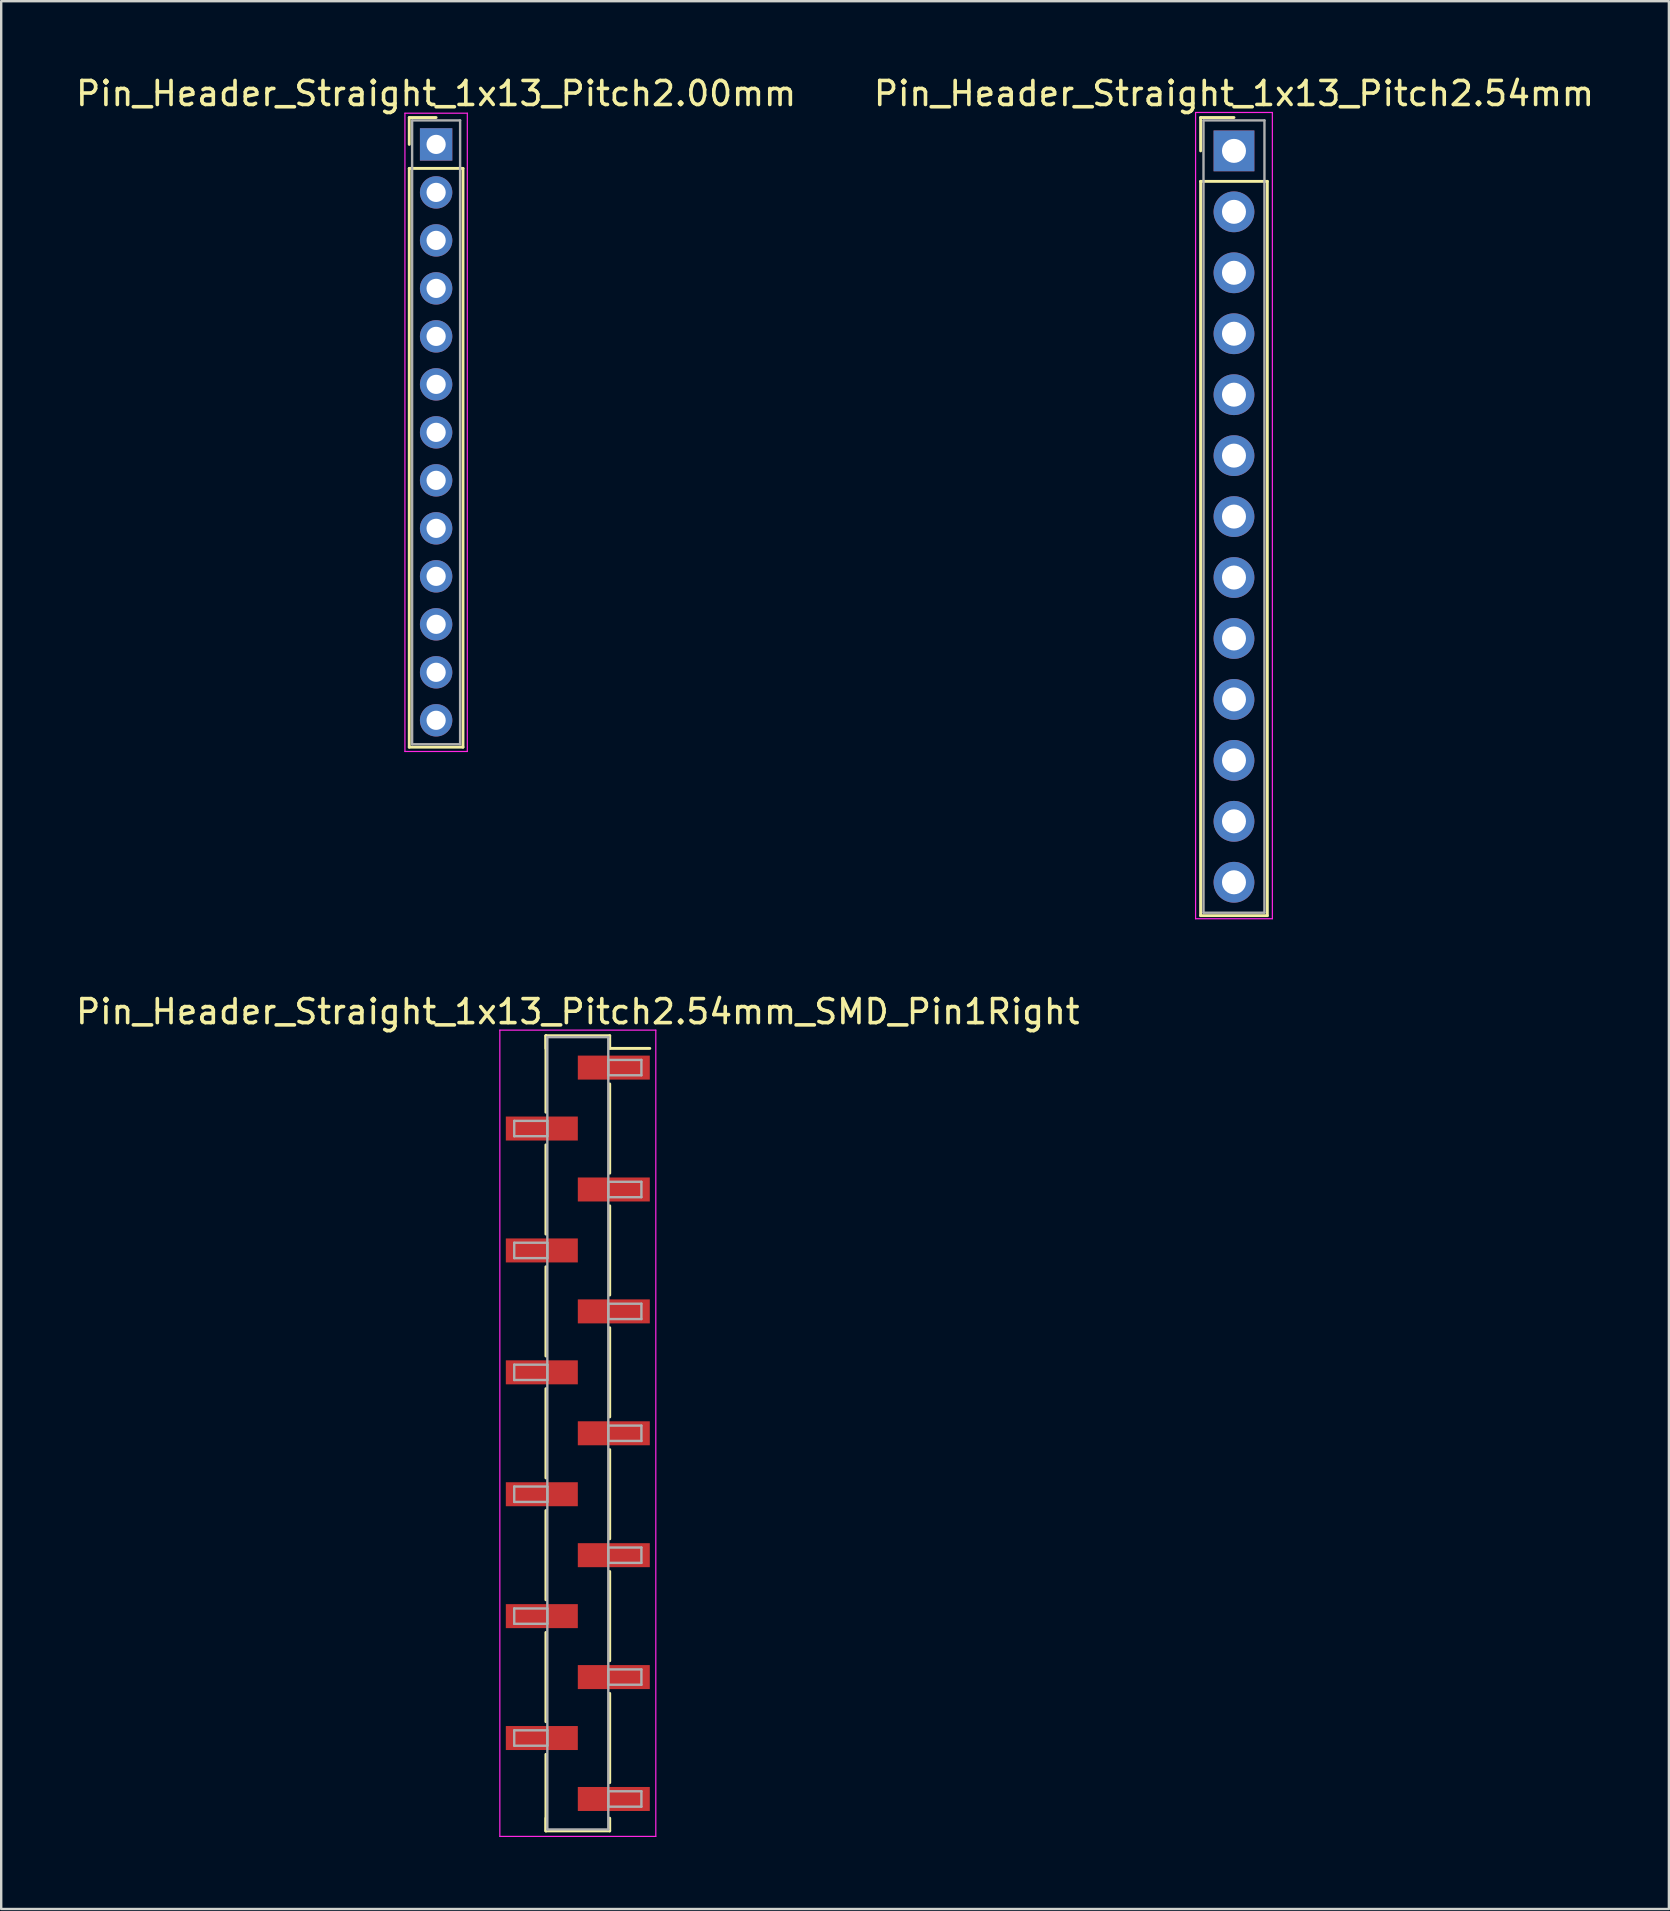
<source format=kicad_pcb>
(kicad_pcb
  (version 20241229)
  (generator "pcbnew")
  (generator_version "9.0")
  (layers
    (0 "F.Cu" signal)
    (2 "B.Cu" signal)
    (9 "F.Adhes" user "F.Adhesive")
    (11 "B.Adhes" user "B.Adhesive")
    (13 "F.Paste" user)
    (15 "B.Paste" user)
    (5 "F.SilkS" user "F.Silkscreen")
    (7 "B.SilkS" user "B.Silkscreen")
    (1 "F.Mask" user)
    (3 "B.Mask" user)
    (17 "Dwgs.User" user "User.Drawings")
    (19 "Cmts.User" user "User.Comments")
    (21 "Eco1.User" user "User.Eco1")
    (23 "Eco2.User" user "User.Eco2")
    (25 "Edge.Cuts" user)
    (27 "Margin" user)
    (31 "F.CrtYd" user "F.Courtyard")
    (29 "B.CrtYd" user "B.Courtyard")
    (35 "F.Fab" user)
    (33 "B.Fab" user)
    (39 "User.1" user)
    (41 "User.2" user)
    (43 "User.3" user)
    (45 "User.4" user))
  (footprint "Pin_Header_Straight_1x13_Pitch2.54mm"
    (layer "F.Cu")
    (at 48.375 3.238)
    (property "Reference" "Pin_Header_Straight_1x13_Pitch2.54mm" (at 0 -2.39 0) (layer "F.SilkS") (effects (font (size 1 1) (thickness 0.15))))
    (attr through_hole)
    (fp_line (start -1.39 -1.39) (end 0 -1.39) (stroke (width 0.12) (type solid)) (layer "F.SilkS"))
    (fp_line (start -1.39 0) (end -1.39 -1.39) (stroke (width 0.12) (type solid)) (layer "F.SilkS"))
    (fp_line (start -1.39 1.27) (end -1.39 31.87) (stroke (width 0.12) (type solid)) (layer "F.SilkS"))
    (fp_line (start -1.39 31.87) (end 1.39 31.87) (stroke (width 0.12) (type solid)) (layer "F.SilkS"))
    (fp_line (start 1.39 1.27) (end -1.39 1.27) (stroke (width 0.12) (type solid)) (layer "F.SilkS"))
    (fp_line (start 1.39 31.87) (end 1.39 1.27) (stroke (width 0.12) (type solid)) (layer "F.SilkS"))
    (fp_line (start -1.6 -1.6) (end -1.6 32) (stroke (width 0.05) (type solid)) (layer "F.CrtYd"))
    (fp_line (start -1.6 32) (end 1.6 32) (stroke (width 0.05) (type solid)) (layer "F.CrtYd"))
    (fp_line (start 1.6 -1.6) (end -1.6 -1.6) (stroke (width 0.05) (type solid)) (layer "F.CrtYd"))
    (fp_line (start 1.6 32) (end 1.6 -1.6) (stroke (width 0.05) (type solid)) (layer "F.CrtYd"))
    (fp_line (start -1.27 -1.27) (end -1.27 31.75) (stroke (width 0.1) (type solid)) (layer "F.Fab"))
    (fp_line (start -1.27 31.75) (end 1.27 31.75) (stroke (width 0.1) (type solid)) (layer "F.Fab"))
    (fp_line (start 1.27 -1.27) (end -1.27 -1.27) (stroke (width 0.1) (type solid)) (layer "F.Fab"))
    (fp_line (start 1.27 31.75) (end 1.27 -1.27) (stroke (width 0.1) (type solid)) (layer "F.Fab"))
    (pad "1" thru_hole rect (at 0 0) (size 1.7 1.7) (drill 1) (layers "*.Cu" "*.Mask"))
    (pad "2" thru_hole oval (at 0 2.54) (size 1.7 1.7) (drill 1) (layers "*.Cu" "*.Mask"))
    (pad "3" thru_hole oval (at 0 5.08) (size 1.7 1.7) (drill 1) (layers "*.Cu" "*.Mask"))
    (pad "4" thru_hole oval (at 0 7.62) (size 1.7 1.7) (drill 1) (layers "*.Cu" "*.Mask"))
    (pad "5" thru_hole oval (at 0 10.16) (size 1.7 1.7) (drill 1) (layers "*.Cu" "*.Mask"))
    (pad "6" thru_hole oval (at 0 12.7) (size 1.7 1.7) (drill 1) (layers "*.Cu" "*.Mask"))
    (pad "7" thru_hole oval (at 0 15.24) (size 1.7 1.7) (drill 1) (layers "*.Cu" "*.Mask"))
    (pad "8" thru_hole oval (at 0 17.78) (size 1.7 1.7) (drill 1) (layers "*.Cu" "*.Mask"))
    (pad "9" thru_hole oval (at 0 20.32) (size 1.7 1.7) (drill 1) (layers "*.Cu" "*.Mask"))
    (pad "10" thru_hole oval (at 0 22.86) (size 1.7 1.7) (drill 1) (layers "*.Cu" "*.Mask"))
    (pad "11" thru_hole oval (at 0 25.4) (size 1.7 1.7) (drill 1) (layers "*.Cu" "*.Mask"))
    (pad "12" thru_hole oval (at 0 27.94) (size 1.7 1.7) (drill 1) (layers "*.Cu" "*.Mask"))
    (pad "13" thru_hole oval (at 0 30.48) (size 1.7 1.7) (drill 1) (layers "*.Cu" "*.Mask")))
  (footprint "Pin_Header_Straight_1x13_Pitch2.00mm"
    (layer "F.Cu")
    (at 15.125 2.968)
    (property "Reference" "Pin_Header_Straight_1x13_Pitch2.00mm" (at 0 -2.12 0) (layer "F.SilkS") (effects (font (size 1 1) (thickness 0.15))))
    (attr through_hole)
    (fp_line (start -1.12 -1.12) (end 0 -1.12) (stroke (width 0.12) (type solid)) (layer "F.SilkS"))
    (fp_line (start -1.12 0) (end -1.12 -1.12) (stroke (width 0.12) (type solid)) (layer "F.SilkS"))
    (fp_line (start -1.12 1) (end -1.12 25.12) (stroke (width 0.12) (type solid)) (layer "F.SilkS"))
    (fp_line (start -1.12 25.12) (end 1.12 25.12) (stroke (width 0.12) (type solid)) (layer "F.SilkS"))
    (fp_line (start 1.12 1) (end -1.12 1) (stroke (width 0.12) (type solid)) (layer "F.SilkS"))
    (fp_line (start 1.12 25.12) (end 1.12 1) (stroke (width 0.12) (type solid)) (layer "F.SilkS"))
    (fp_line (start -1.3 -1.3) (end -1.3 25.3) (stroke (width 0.05) (type solid)) (layer "F.CrtYd"))
    (fp_line (start -1.3 25.3) (end 1.3 25.3) (stroke (width 0.05) (type solid)) (layer "F.CrtYd"))
    (fp_line (start 1.3 -1.3) (end -1.3 -1.3) (stroke (width 0.05) (type solid)) (layer "F.CrtYd"))
    (fp_line (start 1.3 25.3) (end 1.3 -1.3) (stroke (width 0.05) (type solid)) (layer "F.CrtYd"))
    (fp_line (start -1 -1) (end -1 25) (stroke (width 0.1) (type solid)) (layer "F.Fab"))
    (fp_line (start -1 25) (end 1 25) (stroke (width 0.1) (type solid)) (layer "F.Fab"))
    (fp_line (start 1 -1) (end -1 -1) (stroke (width 0.1) (type solid)) (layer "F.Fab"))
    (fp_line (start 1 25) (end 1 -1) (stroke (width 0.1) (type solid)) (layer "F.Fab"))
    (pad "1" thru_hole rect (at 0 0) (size 1.35 1.35) (drill 0.8) (layers "*.Cu" "*.Mask"))
    (pad "2" thru_hole oval (at 0 2) (size 1.35 1.35) (drill 0.8) (layers "*.Cu" "*.Mask"))
    (pad "3" thru_hole oval (at 0 4) (size 1.35 1.35) (drill 0.8) (layers "*.Cu" "*.Mask"))
    (pad "4" thru_hole oval (at 0 6) (size 1.35 1.35) (drill 0.8) (layers "*.Cu" "*.Mask"))
    (pad "5" thru_hole oval (at 0 8) (size 1.35 1.35) (drill 0.8) (layers "*.Cu" "*.Mask"))
    (pad "6" thru_hole oval (at 0 10) (size 1.35 1.35) (drill 0.8) (layers "*.Cu" "*.Mask"))
    (pad "7" thru_hole oval (at 0 12) (size 1.35 1.35) (drill 0.8) (layers "*.Cu" "*.Mask"))
    (pad "8" thru_hole oval (at 0 14) (size 1.35 1.35) (drill 0.8) (layers "*.Cu" "*.Mask"))
    (pad "9" thru_hole oval (at 0 16) (size 1.35 1.35) (drill 0.8) (layers "*.Cu" "*.Mask"))
    (pad "10" thru_hole oval (at 0 18) (size 1.35 1.35) (drill 0.8) (layers "*.Cu" "*.Mask"))
    (pad "11" thru_hole oval (at 0 20) (size 1.35 1.35) (drill 0.8) (layers "*.Cu" "*.Mask"))
    (pad "12" thru_hole oval (at 0 22) (size 1.35 1.35) (drill 0.8) (layers "*.Cu" "*.Mask"))
    (pad "13" thru_hole oval (at 0 24) (size 1.35 1.35) (drill 0.8) (layers "*.Cu" "*.Mask")))
  (footprint "Pin_Header_Straight_1x13_Pitch2.54mm_SMD_Pin1Right"
    (layer "F.Cu")
    (at 21.03 56.681)
    (property "Reference" "Pin_Header_Straight_1x13_Pitch2.54mm_SMD_Pin1Right" (at 0 -17.57 0) (layer "F.SilkS") (effects (font (size 1 1) (thickness 0.15))))
    (attr smd)
    (fp_line (start -1.33 -16.57) (end -1.33 -13.38) (stroke (width 0.12) (type solid)) (layer "F.SilkS"))
    (fp_line (start -1.33 -16.57) (end 1.33 -16.57) (stroke (width 0.12) (type solid)) (layer "F.SilkS"))
    (fp_line (start -1.33 -16.04) (end -1.33 -16.57) (stroke (width 0.12) (type solid)) (layer "F.SilkS"))
    (fp_line (start -1.33 -12.02) (end -1.33 -8.3) (stroke (width 0.12) (type solid)) (layer "F.SilkS"))
    (fp_line (start -1.33 -6.94) (end -1.33 -3.22) (stroke (width 0.12) (type solid)) (layer "F.SilkS"))
    (fp_line (start -1.33 -1.86) (end -1.33 1.86) (stroke (width 0.12) (type solid)) (layer "F.SilkS"))
    (fp_line (start -1.33 3.22) (end -1.33 6.94) (stroke (width 0.12) (type solid)) (layer "F.SilkS"))
    (fp_line (start -1.33 8.3) (end -1.33 12.02) (stroke (width 0.12) (type solid)) (layer "F.SilkS"))
    (fp_line (start -1.33 13.38) (end -1.33 16.57) (stroke (width 0.12) (type solid)) (layer "F.SilkS"))
    (fp_line (start -1.33 16.04) (end -1.33 16.57) (stroke (width 0.12) (type solid)) (layer "F.SilkS"))
    (fp_line (start -1.33 16.57) (end 1.33 16.57) (stroke (width 0.12) (type solid)) (layer "F.SilkS"))
    (fp_line (start 1.33 -16.57) (end 1.33 -16.04) (stroke (width 0.12) (type solid)) (layer "F.SilkS"))
    (fp_line (start 1.33 -16.04) (end 3 -16.04) (stroke (width 0.12) (type solid)) (layer "F.SilkS"))
    (fp_line (start 1.33 -14.56) (end 1.33 -10.84) (stroke (width 0.12) (type solid)) (layer "F.SilkS"))
    (fp_line (start 1.33 -9.48) (end 1.33 -5.76) (stroke (width 0.12) (type solid)) (layer "F.SilkS"))
    (fp_line (start 1.33 -4.4) (end 1.33 -0.68) (stroke (width 0.12) (type solid)) (layer "F.SilkS"))
    (fp_line (start 1.33 0.68) (end 1.33 4.4) (stroke (width 0.12) (type solid)) (layer "F.SilkS"))
    (fp_line (start 1.33 5.76) (end 1.33 9.48) (stroke (width 0.12) (type solid)) (layer "F.SilkS"))
    (fp_line (start 1.33 10.84) (end 1.33 14.56) (stroke (width 0.12) (type solid)) (layer "F.SilkS"))
    (fp_line (start 1.33 16.57) (end 1.33 16.04) (stroke (width 0.12) (type solid)) (layer "F.SilkS"))
    (fp_line (start -3.25 -16.8) (end -3.25 16.8) (stroke (width 0.05) (type solid)) (layer "F.CrtYd"))
    (fp_line (start -3.25 16.8) (end 3.25 16.8) (stroke (width 0.05) (type solid)) (layer "F.CrtYd"))
    (fp_line (start 3.25 -16.8) (end -3.25 -16.8) (stroke (width 0.05) (type solid)) (layer "F.CrtYd"))
    (fp_line (start 3.25 16.8) (end 3.25 -16.8) (stroke (width 0.05) (type solid)) (layer "F.CrtYd"))
    (fp_line (start -2.65 -13.02) (end -1.27 -13.02) (stroke (width 0.1) (type solid)) (layer "F.Fab"))
    (fp_line (start -2.65 -12.38) (end -2.65 -13.02) (stroke (width 0.1) (type solid)) (layer "F.Fab"))
    (fp_line (start -2.65 -7.94) (end -1.27 -7.94) (stroke (width 0.1) (type solid)) (layer "F.Fab"))
    (fp_line (start -2.65 -7.3) (end -2.65 -7.94) (stroke (width 0.1) (type solid)) (layer "F.Fab"))
    (fp_line (start -2.65 -2.86) (end -1.27 -2.86) (stroke (width 0.1) (type solid)) (layer "F.Fab"))
    (fp_line (start -2.65 -2.22) (end -2.65 -2.86) (stroke (width 0.1) (type solid)) (layer "F.Fab"))
    (fp_line (start -2.65 2.22) (end -1.27 2.22) (stroke (width 0.1) (type solid)) (layer "F.Fab"))
    (fp_line (start -2.65 2.86) (end -2.65 2.22) (stroke (width 0.1) (type solid)) (layer "F.Fab"))
    (fp_line (start -2.65 7.3) (end -1.27 7.3) (stroke (width 0.1) (type solid)) (layer "F.Fab"))
    (fp_line (start -2.65 7.94) (end -2.65 7.3) (stroke (width 0.1) (type solid)) (layer "F.Fab"))
    (fp_line (start -2.65 12.38) (end -1.27 12.38) (stroke (width 0.1) (type solid)) (layer "F.Fab"))
    (fp_line (start -2.65 13.02) (end -2.65 12.38) (stroke (width 0.1) (type solid)) (layer "F.Fab"))
    (fp_line (start -1.27 -16.51) (end -1.27 16.51) (stroke (width 0.1) (type solid)) (layer "F.Fab"))
    (fp_line (start -1.27 -13.02) (end -1.27 -12.38) (stroke (width 0.1) (type solid)) (layer "F.Fab"))
    (fp_line (start -1.27 -12.38) (end -2.65 -12.38) (stroke (width 0.1) (type solid)) (layer "F.Fab"))
    (fp_line (start -1.27 -7.94) (end -1.27 -7.3) (stroke (width 0.1) (type solid)) (layer "F.Fab"))
    (fp_line (start -1.27 -7.3) (end -2.65 -7.3) (stroke (width 0.1) (type solid)) (layer "F.Fab"))
    (fp_line (start -1.27 -2.86) (end -1.27 -2.22) (stroke (width 0.1) (type solid)) (layer "F.Fab"))
    (fp_line (start -1.27 -2.22) (end -2.65 -2.22) (stroke (width 0.1) (type solid)) (layer "F.Fab"))
    (fp_line (start -1.27 2.22) (end -1.27 2.86) (stroke (width 0.1) (type solid)) (layer "F.Fab"))
    (fp_line (start -1.27 2.86) (end -2.65 2.86) (stroke (width 0.1) (type solid)) (layer "F.Fab"))
    (fp_line (start -1.27 7.3) (end -1.27 7.94) (stroke (width 0.1) (type solid)) (layer "F.Fab"))
    (fp_line (start -1.27 7.94) (end -2.65 7.94) (stroke (width 0.1) (type solid)) (layer "F.Fab"))
    (fp_line (start -1.27 12.38) (end -1.27 13.02) (stroke (width 0.1) (type solid)) (layer "F.Fab"))
    (fp_line (start -1.27 13.02) (end -2.65 13.02) (stroke (width 0.1) (type solid)) (layer "F.Fab"))
    (fp_line (start -1.27 16.51) (end 1.27 16.51) (stroke (width 0.1) (type solid)) (layer "F.Fab"))
    (fp_line (start 1.27 -16.51) (end -1.27 -16.51) (stroke (width 0.1) (type solid)) (layer "F.Fab"))
    (fp_line (start 1.27 -15.56) (end 1.27 -14.92) (stroke (width 0.1) (type solid)) (layer "F.Fab"))
    (fp_line (start 1.27 -14.92) (end 2.65 -14.92) (stroke (width 0.1) (type solid)) (layer "F.Fab"))
    (fp_line (start 1.27 -10.48) (end 1.27 -9.84) (stroke (width 0.1) (type solid)) (layer "F.Fab"))
    (fp_line (start 1.27 -9.84) (end 2.65 -9.84) (stroke (width 0.1) (type solid)) (layer "F.Fab"))
    (fp_line (start 1.27 -5.4) (end 1.27 -4.76) (stroke (width 0.1) (type solid)) (layer "F.Fab"))
    (fp_line (start 1.27 -4.76) (end 2.65 -4.76) (stroke (width 0.1) (type solid)) (layer "F.Fab"))
    (fp_line (start 1.27 -0.32) (end 1.27 0.32) (stroke (width 0.1) (type solid)) (layer "F.Fab"))
    (fp_line (start 1.27 0.32) (end 2.65 0.32) (stroke (width 0.1) (type solid)) (layer "F.Fab"))
    (fp_line (start 1.27 4.76) (end 1.27 5.4) (stroke (width 0.1) (type solid)) (layer "F.Fab"))
    (fp_line (start 1.27 5.4) (end 2.65 5.4) (stroke (width 0.1) (type solid)) (layer "F.Fab"))
    (fp_line (start 1.27 9.84) (end 1.27 10.48) (stroke (width 0.1) (type solid)) (layer "F.Fab"))
    (fp_line (start 1.27 10.48) (end 2.65 10.48) (stroke (width 0.1) (type solid)) (layer "F.Fab"))
    (fp_line (start 1.27 14.92) (end 1.27 15.56) (stroke (width 0.1) (type solid)) (layer "F.Fab"))
    (fp_line (start 1.27 15.56) (end 2.65 15.56) (stroke (width 0.1) (type solid)) (layer "F.Fab"))
    (fp_line (start 1.27 16.51) (end 1.27 -16.51) (stroke (width 0.1) (type solid)) (layer "F.Fab"))
    (fp_line (start 2.65 -15.56) (end 1.27 -15.56) (stroke (width 0.1) (type solid)) (layer "F.Fab"))
    (fp_line (start 2.65 -14.92) (end 2.65 -15.56) (stroke (width 0.1) (type solid)) (layer "F.Fab"))
    (fp_line (start 2.65 -10.48) (end 1.27 -10.48) (stroke (width 0.1) (type solid)) (layer "F.Fab"))
    (fp_line (start 2.65 -9.84) (end 2.65 -10.48) (stroke (width 0.1) (type solid)) (layer "F.Fab"))
    (fp_line (start 2.65 -5.4) (end 1.27 -5.4) (stroke (width 0.1) (type solid)) (layer "F.Fab"))
    (fp_line (start 2.65 -4.76) (end 2.65 -5.4) (stroke (width 0.1) (type solid)) (layer "F.Fab"))
    (fp_line (start 2.65 -0.32) (end 1.27 -0.32) (stroke (width 0.1) (type solid)) (layer "F.Fab"))
    (fp_line (start 2.65 0.32) (end 2.65 -0.32) (stroke (width 0.1) (type solid)) (layer "F.Fab"))
    (fp_line (start 2.65 4.76) (end 1.27 4.76) (stroke (width 0.1) (type solid)) (layer "F.Fab"))
    (fp_line (start 2.65 5.4) (end 2.65 4.76) (stroke (width 0.1) (type solid)) (layer "F.Fab"))
    (fp_line (start 2.65 9.84) (end 1.27 9.84) (stroke (width 0.1) (type solid)) (layer "F.Fab"))
    (fp_line (start 2.65 10.48) (end 2.65 9.84) (stroke (width 0.1) (type solid)) (layer "F.Fab"))
    (fp_line (start 2.65 14.92) (end 1.27 14.92) (stroke (width 0.1) (type solid)) (layer "F.Fab"))
    (fp_line (start 2.65 15.56) (end 2.65 14.92) (stroke (width 0.1) (type solid)) (layer "F.Fab"))
    (pad "1" smd rect (at 1.5 -15.24) (size 3 1) (layers "F.Cu" "F.Mask"))
    (pad "2" smd rect (at -1.5 -12.7) (size 3 1) (layers "F.Cu" "F.Mask"))
    (pad "3" smd rect (at 1.5 -10.16) (size 3 1) (layers "F.Cu" "F.Mask"))
    (pad "4" smd rect (at -1.5 -7.62) (size 3 1) (layers "F.Cu" "F.Mask"))
    (pad "5" smd rect (at 1.5 -5.08) (size 3 1) (layers "F.Cu" "F.Mask"))
    (pad "6" smd rect (at -1.5 -2.54) (size 3 1) (layers "F.Cu" "F.Mask"))
    (pad "7" smd rect (at 1.5 0) (size 3 1) (layers "F.Cu" "F.Mask"))
    (pad "8" smd rect (at -1.5 2.54) (size 3 1) (layers "F.Cu" "F.Mask"))
    (pad "9" smd rect (at 1.5 5.08) (size 3 1) (layers "F.Cu" "F.Mask"))
    (pad "10" smd rect (at -1.5 7.62) (size 3 1) (layers "F.Cu" "F.Mask"))
    (pad "11" smd rect (at 1.5 10.16) (size 3 1) (layers "F.Cu" "F.Mask"))
    (pad "12" smd rect (at -1.5 12.7) (size 3 1) (layers "F.Cu" "F.Mask"))
    (pad "13" smd rect (at 1.5 15.24) (size 3 1) (layers "F.Cu" "F.Mask")))
  (gr_rect
    (start -3 -3)
    (end 66.5 76.507)
    (stroke (width 0.1) (type default))
    (fill no)
    (layer "Edge.Cuts")))
</source>
